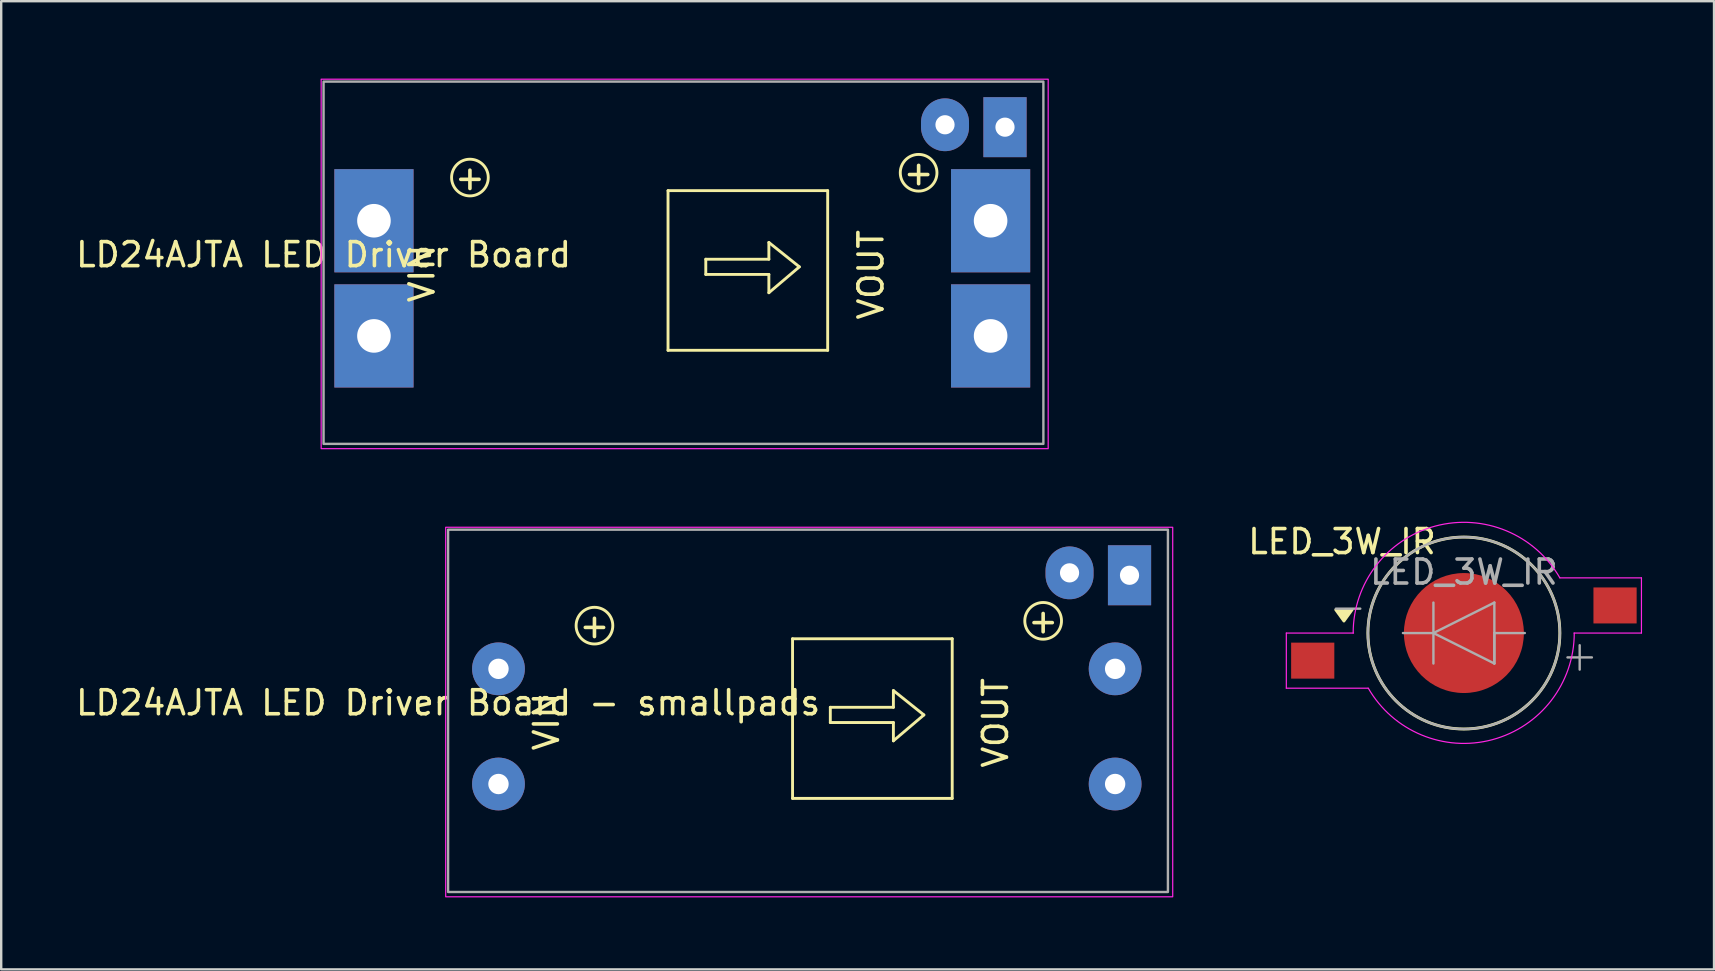
<source format=kicad_pcb>
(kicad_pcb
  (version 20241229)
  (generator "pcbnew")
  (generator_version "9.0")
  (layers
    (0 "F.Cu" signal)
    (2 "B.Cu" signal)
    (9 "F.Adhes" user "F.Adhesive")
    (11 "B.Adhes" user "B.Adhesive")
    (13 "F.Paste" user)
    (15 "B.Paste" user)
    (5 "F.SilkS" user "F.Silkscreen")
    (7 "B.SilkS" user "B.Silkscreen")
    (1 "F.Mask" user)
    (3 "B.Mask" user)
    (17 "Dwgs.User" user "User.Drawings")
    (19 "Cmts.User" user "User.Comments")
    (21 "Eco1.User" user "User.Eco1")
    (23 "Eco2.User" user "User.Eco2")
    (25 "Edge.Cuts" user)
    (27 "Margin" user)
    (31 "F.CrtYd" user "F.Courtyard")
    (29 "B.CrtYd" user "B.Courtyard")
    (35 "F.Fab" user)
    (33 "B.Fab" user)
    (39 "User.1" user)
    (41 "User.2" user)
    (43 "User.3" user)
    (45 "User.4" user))
  (footprint "LD24AJTA LED Driver Board - smallpads"
    (placed yes)
    (layer "F.Cu")
    (at 15.625 18.925)
    (property "Reference" "LD24AJTA LED Driver Board - smallpads" (at -0.000002 7.315 180) (layer "F.SilkS") (effects (font (size 1 1) (thickness 0.15))))
    (attr through_hole)
    (fp_line (start 14.356 4.646) (end 14.356 11.3) (stroke (width 0.12) (type solid)) (layer "F.SilkS"))
    (fp_line (start 14.356 4.646) (end 21.01 4.646) (stroke (width 0.12) (type solid)) (layer "F.SilkS"))
    (fp_line (start 15.93 8.138) (end 15.93 7.503) (stroke (width 0.12) (type solid)) (layer "F.SilkS"))
    (fp_line (start 15.93 8.138) (end 18.559 8.138) (stroke (width 0.12) (type solid)) (layer "F.SilkS"))
    (fp_line (start 15.93 7.503) (end 18.559 7.503) (stroke (width 0.12) (type solid)) (layer "F.SilkS"))
    (fp_line (start 18.559 6.805) (end 19.829 7.821) (stroke (width 0.12) (type solid)) (layer "F.SilkS"))
    (fp_line (start 18.559 8.9) (end 18.559 8.138) (stroke (width 0.12) (type solid)) (layer "F.SilkS"))
    (fp_line (start 18.559 7.503) (end 18.559 6.805) (stroke (width 0.12) (type solid)) (layer "F.SilkS"))
    (fp_line (start 19.829 7.821) (end 18.559 8.9) (stroke (width 0.12) (type solid)) (layer "F.SilkS"))
    (fp_line (start 21.01 4.646) (end 21.01 11.3) (stroke (width 0.12) (type solid)) (layer "F.SilkS"))
    (fp_line (start 21.01 11.3) (end 14.356 11.3) (stroke (width 0.12) (type solid)) (layer "F.SilkS"))
    (fp_circle (center 6.1 4.1) (end 6.671 4.608) (stroke (width 0.12) (type solid)) (fill no) (layer "F.SilkS"))
    (fp_circle (center 24.8 3.9) (end 25.372 4.408) (stroke (width 0.12) (type solid)) (fill no) (layer "F.SilkS"))
    (fp_poly (pts (xy -0.1 0) (xy 30.2 0) (xy 30.2 15.4) (xy -0.1 15.4)) (stroke (width 0.05) (type default)) (fill no) (layer "F.CrtYd"))
    (fp_poly (pts (xy 0 0.1) (xy 30 0.1) (xy 30 15.2) (xy 0 15.2)) (stroke (width 0.1) (type default)) (fill no) (layer "F.Fab"))
    (fp_text user "VOUT" (at 22.814 8.151 270) (layer "F.SilkS") (effects (font (size 1 1) (thickness 0.15))))
    (fp_text user "+" (at 24.8 3.9 180) (layer "F.SilkS") (effects (font (size 1 1) (thickness 0.15))))
    (fp_text user "+" (at 6.1 4.1 180) (layer "F.SilkS") (effects (font (size 1 1) (thickness 0.15))))
    (fp_text user "VIN" (at 4.1 8.1 270) (layer "F.SilkS") (effects (font (size 1 1) (thickness 0.15))))
    (pad "1" thru_hole circle (at 2.1 5.9) (size 2.2 2.2) (drill 0.85) (layers "*.Cu" "*.Mask"))
    (pad "2" thru_hole circle (at 2.1 10.7) (size 2.2 2.2) (drill 0.85) (layers "*.Cu" "*.Mask"))
    (pad "3" thru_hole circle (at 27.8 5.9) (size 2.2 2.2) (drill 0.85) (layers "*.Cu" "*.Mask"))
    (pad "4" thru_hole circle (at 27.8 10.7) (size 2.2 2.2) (drill 0.85) (layers "*.Cu" "*.Mask"))
    (pad "5" thru_hole oval (at 25.9 1.9) (size 2 2.2) (drill 0.8) (property pad_prop_heatsink) (layers "*.Cu" "*.Mask"))
    (pad "6" thru_hole rect (at 28.4 2) (size 1.8 2.5) (drill 0.8) (property pad_prop_heatsink) (layers "*.Cu" "*.Mask")))
  (footprint "LED_3W_IR"
    (layer "F.Cu")
    (at 57.96 23.333)
    (property "Reference" "LED_3W_IR" (at -5.08 -3.81 0) (layer "F.SilkS") (effects (font (size 1 1) (thickness 0.15))))
    (attr smd)
    (fp_circle (center 0 0) (end -4 0) (stroke (width 0.12) (type solid)) (fill no) (layer "F.SilkS"))
    (fp_poly (pts (xy -5 -0.5) (xy -5.34 -0.97) (xy -4.66 -0.97) (xy -5 -0.5)) (stroke (width 0.12) (type solid)) (fill yes) (layer "F.SilkS"))
    (fp_line (start -7.4 0) (end -7.4 2.3) (stroke (width 0.05) (type solid)) (layer "F.CrtYd"))
    (fp_line (start -7.4 2.3) (end -4 2.3) (stroke (width 0.05) (type solid)) (layer "F.CrtYd"))
    (fp_line (start -4.6 0) (end -7.4 0) (stroke (width 0.05) (type solid)) (layer "F.CrtYd"))
    (fp_line (start 4 -2.3) (end 7.4 -2.3) (stroke (width 0.05) (type solid)) (layer "F.CrtYd"))
    (fp_line (start 7.4 -2.3) (end 7.4 0) (stroke (width 0.05) (type solid)) (layer "F.CrtYd"))
    (fp_line (start 7.4 0) (end 4.59 0) (stroke (width 0.05) (type solid)) (layer "F.CrtYd"))
    (fp_arc (start -4.614109 0) (mid -1.190287 -4.457939) (end 4 -2.3) (stroke (width 0.05) (type solid)) (layer "F.CrtYd"))
    (fp_arc (start 4.6 0) (mid 1.186648 4.444307) (end -3.987768 2.292968) (stroke (width 0.05) (type solid)) (layer "F.CrtYd"))
    (fp_line (start -5.334 -1.016) (end -4.318 -1.016) (stroke (width 0.1) (type solid)) (layer "F.Fab"))
    (fp_line (start -2.54 0) (end -1.27 0) (stroke (width 0.1) (type solid)) (layer "F.Fab"))
    (fp_line (start -1.27 -1.27) (end -1.27 1.27) (stroke (width 0.1) (type solid)) (layer "F.Fab"))
    (fp_line (start -1.27 0) (end 1.27 -1.27) (stroke (width 0.1) (type solid)) (layer "F.Fab"))
    (fp_line (start -1.27 0) (end 1.27 1.27) (stroke (width 0.1) (type solid)) (layer "F.Fab"))
    (fp_line (start 1.27 -1.27) (end 1.27 1.27) (stroke (width 0.1) (type solid)) (layer "F.Fab"))
    (fp_line (start 1.27 0) (end 2.54 0) (stroke (width 0.1) (type solid)) (layer "F.Fab"))
    (fp_line (start 1.27 1.27) (end 1.27 0) (stroke (width 0.1) (type solid)) (layer "F.Fab"))
    (fp_line (start 4.318 1.016) (end 5.334 1.016) (stroke (width 0.1) (type solid)) (layer "F.Fab"))
    (fp_line (start 4.826 1.524) (end 4.826 0.508) (stroke (width 0.1) (type solid)) (layer "F.Fab"))
    (fp_circle (center 0 0) (end 4 0) (stroke (width 0.1) (type solid)) (fill no) (layer "F.Fab"))
    (fp_text user "${REFERENCE}" (at 0 -2.54 0) (layer "F.Fab") (effects (font (size 1 1) (thickness 0.15))))
    (pad "1" smd rect (at -6.3 1.15) (size 1.8 1.5) (layers "F.Cu" "F.Mask" "F.Paste"))
    (pad "2" smd rect (at 6.3 -1.15) (size 1.8 1.5) (layers "F.Cu" "F.Mask" "F.Paste"))
    (pad "3" smd circle (at 0 0) (size 5 5) (property pad_prop_heatsink) (layers "F.Cu" "F.Mask" "F.Paste")))
  (footprint "LD24AJTA LED Driver Board"
    (placed yes)
    (layer "F.Cu")
    (at 10.435 0.25)
    (property "Reference" "LD24AJTA LED Driver Board" (at -0.000002 7.315 0) (layer "F.SilkS") (effects (font (size 1 1) (thickness 0.15))))
    (attr through_hole)
    (fp_line (start 14.356 4.646) (end 14.356 11.3) (stroke (width 0.12) (type solid)) (layer "F.SilkS"))
    (fp_line (start 14.356 4.646) (end 21.01 4.646) (stroke (width 0.12) (type solid)) (layer "F.SilkS"))
    (fp_line (start 15.93 8.138) (end 15.93 7.503) (stroke (width 0.12) (type solid)) (layer "F.SilkS"))
    (fp_line (start 15.93 8.138) (end 18.559 8.138) (stroke (width 0.12) (type solid)) (layer "F.SilkS"))
    (fp_line (start 15.93 7.503) (end 18.559 7.503) (stroke (width 0.12) (type solid)) (layer "F.SilkS"))
    (fp_line (start 18.559 6.805) (end 19.829 7.821) (stroke (width 0.12) (type solid)) (layer "F.SilkS"))
    (fp_line (start 18.559 7.503) (end 18.559 6.805) (stroke (width 0.12) (type solid)) (layer "F.SilkS"))
    (fp_line (start 18.559 8.9) (end 18.559 8.138) (stroke (width 0.12) (type solid)) (layer "F.SilkS"))
    (fp_line (start 19.829 7.821) (end 18.559 8.9) (stroke (width 0.12) (type solid)) (layer "F.SilkS"))
    (fp_line (start 21.01 4.646) (end 21.01 11.3) (stroke (width 0.12) (type solid)) (layer "F.SilkS"))
    (fp_line (start 21.01 11.3) (end 14.356 11.3) (stroke (width 0.12) (type solid)) (layer "F.SilkS"))
    (fp_circle (center 6.1 4.1) (end 6.671 4.608) (stroke (width 0.12) (type solid)) (fill no) (layer "F.SilkS"))
    (fp_circle (center 24.8 3.9) (end 25.371 4.408) (stroke (width 0.12) (type solid)) (fill no) (layer "F.SilkS"))
    (fp_rect (start -0.1 0) (end 30.2 15.4) (stroke (width 0.05) (type default)) (fill no) (layer "F.CrtYd"))
    (fp_rect (start 0 0.1) (end 30 15.2) (stroke (width 0.1) (type default)) (fill no) (layer "F.Fab"))
    (fp_text user "VIN" (at 4.1 8.1 90) (layer "F.SilkS") (effects (font (size 1 1) (thickness 0.15))))
    (fp_text user "VOUT" (at 22.814 8.151 90) (layer "F.SilkS") (effects (font (size 1 1) (thickness 0.15))))
    (fp_text user "+" (at 24.8 3.9 0) (layer "F.SilkS") (effects (font (size 1 1) (thickness 0.15))))
    (fp_text user "+" (at 6.1 4.1 0) (layer "F.SilkS") (effects (font (size 1 1) (thickness 0.15))))
    (pad "1" thru_hole rect (at 2.1 5.9) (size 3.3 4.3) (drill 1.4) (layers "*.Cu" "*.Mask"))
    (pad "2" thru_hole rect (at 2.1 10.7) (size 3.3 4.3) (drill 1.4) (layers "*.Cu" "*.Mask"))
    (pad "3" thru_hole rect (at 27.8 5.9) (size 3.3 4.3) (drill 1.4) (layers "*.Cu" "*.Mask"))
    (pad "4" thru_hole rect (at 27.8 10.7) (size 3.3 4.3) (drill 1.4) (layers "*.Cu" "*.Mask"))
    (pad "5" thru_hole oval (at 25.9 1.9) (size 2 2.2) (drill 0.8) (property pad_prop_heatsink) (layers "*.Cu" "*.Mask"))
    (pad "6" thru_hole rect (at 28.4 2) (size 1.8 2.5) (drill 0.8) (property pad_prop_heatsink) (layers "*.Cu" "*.Mask")))
  (gr_rect
    (start -3 -3)
    (end 68.385 37.35)
    (stroke (width 0.1) (type default))
    (fill no)
    (layer "Edge.Cuts")))
</source>
